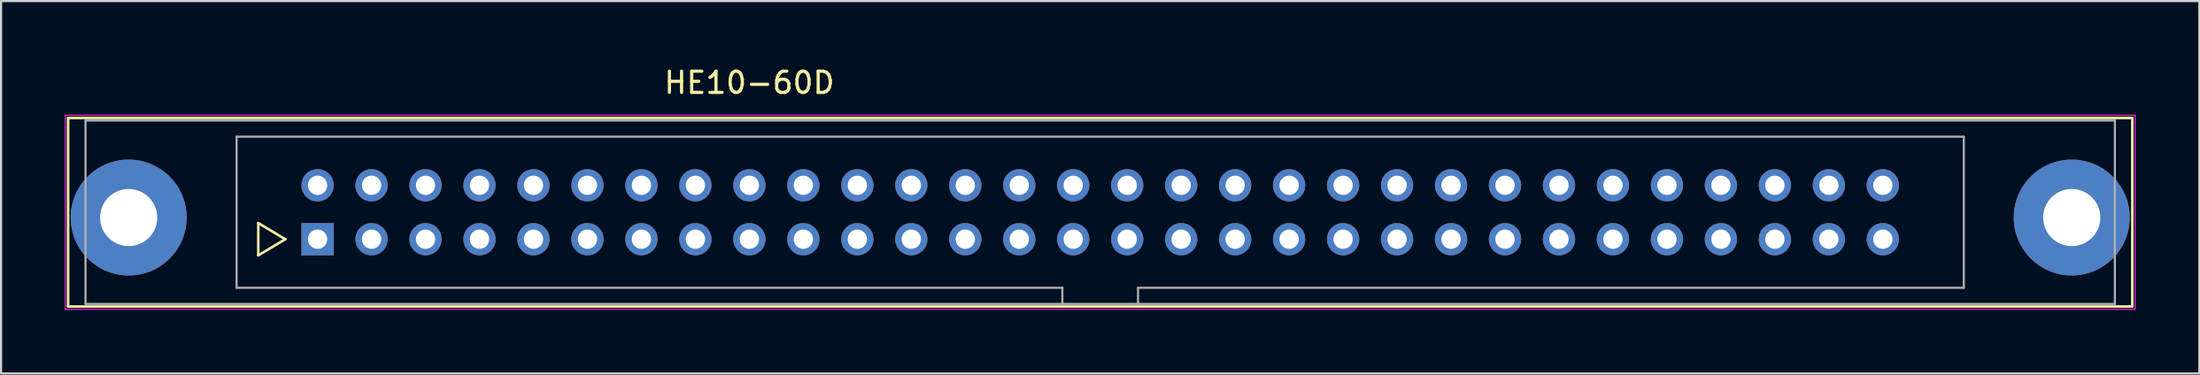
<source format=kicad_pcb>
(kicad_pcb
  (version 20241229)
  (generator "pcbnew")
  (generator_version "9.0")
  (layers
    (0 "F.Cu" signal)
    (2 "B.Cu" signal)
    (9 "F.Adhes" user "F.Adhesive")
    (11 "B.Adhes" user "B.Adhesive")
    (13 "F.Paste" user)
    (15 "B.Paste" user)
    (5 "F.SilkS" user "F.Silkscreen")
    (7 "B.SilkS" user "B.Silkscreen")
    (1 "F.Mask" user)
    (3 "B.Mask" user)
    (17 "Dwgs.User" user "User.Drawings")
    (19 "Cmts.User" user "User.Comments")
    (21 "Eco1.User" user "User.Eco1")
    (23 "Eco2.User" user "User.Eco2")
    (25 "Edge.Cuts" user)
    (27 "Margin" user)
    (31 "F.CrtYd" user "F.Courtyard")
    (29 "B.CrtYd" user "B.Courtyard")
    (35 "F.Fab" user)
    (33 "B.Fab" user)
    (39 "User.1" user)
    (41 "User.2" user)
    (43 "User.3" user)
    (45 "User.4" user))
  (footprint "HE10-60D"
    (layer "F.Cu")
    (at 11.895 8.218)
    (property "Reference" "HE10-60D" (at 20.32 -7.37 0) (layer "F.SilkS") (effects (font (size 1 1) (thickness 0.15))))
    (attr through_hole)
    (fp_line (start -11.74 -5.71) (end -11.74 3.17) (stroke (width 0.12) (type solid)) (layer "F.SilkS"))
    (fp_line (start -11.74 -5.71) (end 85.4 -5.71) (stroke (width 0.12) (type solid)) (layer "F.SilkS"))
    (fp_line (start -2.79 -0.76) (end -2.79 0.76) (stroke (width 0.12) (type solid)) (layer "F.SilkS"))
    (fp_line (start -2.79 0.76) (end -1.52 0) (stroke (width 0.12) (type solid)) (layer "F.SilkS"))
    (fp_line (start -1.52 0) (end -2.79 -0.76) (stroke (width 0.12) (type solid)) (layer "F.SilkS"))
    (fp_line (start 85.4 3.17) (end -11.74 3.17) (stroke (width 0.12) (type solid)) (layer "F.SilkS"))
    (fp_line (start 85.4 3.17) (end 85.4 -5.71) (stroke (width 0.12) (type solid)) (layer "F.SilkS"))
    (fp_line (start -11.87 -5.84) (end -11.87 3.3) (stroke (width 0.05) (type solid)) (layer "F.CrtYd"))
    (fp_line (start -11.87 -5.84) (end 85.53 -5.84) (stroke (width 0.05) (type solid)) (layer "F.CrtYd"))
    (fp_line (start 85.53 3.3) (end -11.87 3.3) (stroke (width 0.05) (type solid)) (layer "F.CrtYd"))
    (fp_line (start 85.53 3.3) (end 85.53 -5.84) (stroke (width 0.05) (type solid)) (layer "F.CrtYd"))
    (fp_line (start -10.92 -5.59) (end -10.92 3.05) (stroke (width 0.1) (type solid)) (layer "F.Fab"))
    (fp_line (start -10.92 3.05) (end 84.58 3.05) (stroke (width 0.1) (type solid)) (layer "F.Fab"))
    (fp_line (start -3.81 -4.83) (end 77.47 -4.83) (stroke (width 0.1) (type solid)) (layer "F.Fab"))
    (fp_line (start -3.81 2.29) (end -3.81 -4.83) (stroke (width 0.1) (type solid)) (layer "F.Fab"))
    (fp_line (start 35.05 2.29) (end -3.81 2.29) (stroke (width 0.1) (type solid)) (layer "F.Fab"))
    (fp_line (start 35.05 3.05) (end 35.05 2.29) (stroke (width 0.1) (type solid)) (layer "F.Fab"))
    (fp_line (start 38.61 2.29) (end 38.61 3.05) (stroke (width 0.1) (type solid)) (layer "F.Fab"))
    (fp_line (start 77.47 -4.83) (end 77.47 2.29) (stroke (width 0.1) (type solid)) (layer "F.Fab"))
    (fp_line (start 77.47 2.29) (end 38.61 2.29) (stroke (width 0.1) (type solid)) (layer "F.Fab"))
    (fp_line (start 84.58 -5.59) (end -10.92 -5.59) (stroke (width 0.1) (type solid)) (layer "F.Fab"))
    (fp_line (start 84.58 3.05) (end 84.58 -5.59) (stroke (width 0.1) (type solid)) (layer "F.Fab"))
    (pad "" thru_hole circle (at -8.89 -1.02) (size 5.46 5.46) (drill 2.69) (layers "*.Cu" "*.Mask"))
    (pad "" thru_hole circle (at 82.55 -1.02) (size 5.46 5.46) (drill 2.69) (layers "*.Cu" "*.Mask"))
    (pad "1" thru_hole rect (at 0 0) (size 1.52 1.52) (drill 0.91) (layers "*.Cu" "*.Mask"))
    (pad "2" thru_hole circle (at 0 -2.54) (size 1.52 1.52) (drill 0.91) (layers "*.Cu" "*.Mask"))
    (pad "3" thru_hole circle (at 2.54 0) (size 1.52 1.52) (drill 0.91) (layers "*.Cu" "*.Mask"))
    (pad "4" thru_hole circle (at 2.54 -2.54) (size 1.52 1.52) (drill 0.91) (layers "*.Cu" "*.Mask"))
    (pad "5" thru_hole circle (at 5.08 0) (size 1.52 1.52) (drill 0.91) (layers "*.Cu" "*.Mask"))
    (pad "6" thru_hole circle (at 5.08 -2.54) (size 1.52 1.52) (drill 0.91) (layers "*.Cu" "*.Mask"))
    (pad "7" thru_hole circle (at 7.62 0) (size 1.52 1.52) (drill 0.91) (layers "*.Cu" "*.Mask"))
    (pad "8" thru_hole circle (at 7.62 -2.54) (size 1.52 1.52) (drill 0.91) (layers "*.Cu" "*.Mask"))
    (pad "9" thru_hole circle (at 10.16 0) (size 1.52 1.52) (drill 0.91) (layers "*.Cu" "*.Mask"))
    (pad "10" thru_hole circle (at 10.16 -2.54) (size 1.52 1.52) (drill 0.91) (layers "*.Cu" "*.Mask"))
    (pad "11" thru_hole circle (at 12.7 0) (size 1.52 1.52) (drill 0.91) (layers "*.Cu" "*.Mask"))
    (pad "12" thru_hole circle (at 12.7 -2.54) (size 1.52 1.52) (drill 0.91) (layers "*.Cu" "*.Mask"))
    (pad "13" thru_hole circle (at 15.24 0) (size 1.52 1.52) (drill 0.91) (layers "*.Cu" "*.Mask"))
    (pad "14" thru_hole circle (at 15.24 -2.54) (size 1.52 1.52) (drill 0.91) (layers "*.Cu" "*.Mask"))
    (pad "15" thru_hole circle (at 17.78 0) (size 1.52 1.52) (drill 0.91) (layers "*.Cu" "*.Mask"))
    (pad "16" thru_hole circle (at 17.78 -2.54) (size 1.52 1.52) (drill 0.91) (layers "*.Cu" "*.Mask"))
    (pad "17" thru_hole circle (at 20.32 0) (size 1.52 1.52) (drill 0.91) (layers "*.Cu" "*.Mask"))
    (pad "18" thru_hole circle (at 20.32 -2.54) (size 1.52 1.52) (drill 0.91) (layers "*.Cu" "*.Mask"))
    (pad "19" thru_hole circle (at 22.86 0) (size 1.52 1.52) (drill 0.91) (layers "*.Cu" "*.Mask"))
    (pad "20" thru_hole circle (at 22.86 -2.54) (size 1.52 1.52) (drill 0.91) (layers "*.Cu" "*.Mask"))
    (pad "21" thru_hole circle (at 25.4 0) (size 1.52 1.52) (drill 0.91) (layers "*.Cu" "*.Mask"))
    (pad "22" thru_hole circle (at 25.4 -2.54) (size 1.52 1.52) (drill 0.91) (layers "*.Cu" "*.Mask"))
    (pad "23" thru_hole circle (at 27.94 0) (size 1.52 1.52) (drill 0.91) (layers "*.Cu" "*.Mask"))
    (pad "24" thru_hole circle (at 27.94 -2.54) (size 1.52 1.52) (drill 0.91) (layers "*.Cu" "*.Mask"))
    (pad "25" thru_hole circle (at 30.48 0) (size 1.52 1.52) (drill 0.91) (layers "*.Cu" "*.Mask"))
    (pad "26" thru_hole circle (at 30.48 -2.54) (size 1.52 1.52) (drill 0.91) (layers "*.Cu" "*.Mask"))
    (pad "27" thru_hole circle (at 33.02 0) (size 1.52 1.52) (drill 0.91) (layers "*.Cu" "*.Mask"))
    (pad "28" thru_hole circle (at 33.02 -2.54) (size 1.52 1.52) (drill 0.91) (layers "*.Cu" "*.Mask"))
    (pad "29" thru_hole circle (at 35.56 0) (size 1.52 1.52) (drill 0.91) (layers "*.Cu" "*.Mask"))
    (pad "30" thru_hole circle (at 35.56 -2.54) (size 1.52 1.52) (drill 0.91) (layers "*.Cu" "*.Mask"))
    (pad "31" thru_hole circle (at 38.1 0) (size 1.52 1.52) (drill 0.91) (layers "*.Cu" "*.Mask"))
    (pad "32" thru_hole circle (at 38.1 -2.54) (size 1.52 1.52) (drill 0.91) (layers "*.Cu" "*.Mask"))
    (pad "33" thru_hole circle (at 40.64 0) (size 1.52 1.52) (drill 0.91) (layers "*.Cu" "*.Mask"))
    (pad "34" thru_hole circle (at 40.64 -2.54) (size 1.52 1.52) (drill 0.91) (layers "*.Cu" "*.Mask"))
    (pad "35" thru_hole circle (at 43.18 0) (size 1.52 1.52) (drill 0.91) (layers "*.Cu" "*.Mask"))
    (pad "36" thru_hole circle (at 43.18 -2.54) (size 1.52 1.52) (drill 0.91) (layers "*.Cu" "*.Mask"))
    (pad "37" thru_hole circle (at 45.72 0) (size 1.52 1.52) (drill 0.91) (layers "*.Cu" "*.Mask"))
    (pad "38" thru_hole circle (at 45.72 -2.54) (size 1.52 1.52) (drill 0.91) (layers "*.Cu" "*.Mask"))
    (pad "39" thru_hole circle (at 48.26 0) (size 1.52 1.52) (drill 0.91) (layers "*.Cu" "*.Mask"))
    (pad "40" thru_hole circle (at 48.26 -2.54) (size 1.52 1.52) (drill 0.91) (layers "*.Cu" "*.Mask"))
    (pad "41" thru_hole circle (at 50.8 0) (size 1.52 1.52) (drill 0.91) (layers "*.Cu" "*.Mask"))
    (pad "42" thru_hole circle (at 50.8 -2.54) (size 1.52 1.52) (drill 0.91) (layers "*.Cu" "*.Mask"))
    (pad "43" thru_hole circle (at 53.34 0) (size 1.52 1.52) (drill 0.91) (layers "*.Cu" "*.Mask"))
    (pad "44" thru_hole circle (at 53.34 -2.54) (size 1.52 1.52) (drill 0.91) (layers "*.Cu" "*.Mask"))
    (pad "45" thru_hole circle (at 55.88 0) (size 1.52 1.52) (drill 0.91) (layers "*.Cu" "*.Mask"))
    (pad "46" thru_hole circle (at 55.88 -2.54) (size 1.52 1.52) (drill 0.91) (layers "*.Cu" "*.Mask"))
    (pad "47" thru_hole circle (at 58.42 0) (size 1.52 1.52) (drill 0.91) (layers "*.Cu" "*.Mask"))
    (pad "48" thru_hole circle (at 58.42 -2.54) (size 1.52 1.52) (drill 0.91) (layers "*.Cu" "*.Mask"))
    (pad "49" thru_hole circle (at 60.96 0) (size 1.52 1.52) (drill 0.91) (layers "*.Cu" "*.Mask"))
    (pad "50" thru_hole circle (at 60.96 -2.54) (size 1.52 1.52) (drill 0.91) (layers "*.Cu" "*.Mask"))
    (pad "51" thru_hole circle (at 63.5 0) (size 1.52 1.52) (drill 0.91) (layers "*.Cu" "*.Mask"))
    (pad "52" thru_hole circle (at 63.5 -2.54) (size 1.52 1.52) (drill 0.91) (layers "*.Cu" "*.Mask"))
    (pad "53" thru_hole circle (at 66.04 0) (size 1.52 1.52) (drill 0.91) (layers "*.Cu" "*.Mask"))
    (pad "54" thru_hole circle (at 66.04 -2.54) (size 1.52 1.52) (drill 0.91) (layers "*.Cu" "*.Mask"))
    (pad "55" thru_hole circle (at 68.58 0) (size 1.52 1.52) (drill 0.91) (layers "*.Cu" "*.Mask"))
    (pad "56" thru_hole circle (at 68.58 -2.54) (size 1.52 1.52) (drill 0.91) (layers "*.Cu" "*.Mask"))
    (pad "57" thru_hole circle (at 71.12 0) (size 1.52 1.52) (drill 0.91) (layers "*.Cu" "*.Mask"))
    (pad "58" thru_hole circle (at 71.12 -2.54) (size 1.52 1.52) (drill 0.91) (layers "*.Cu" "*.Mask"))
    (pad "59" thru_hole circle (at 73.66 0) (size 1.52 1.52) (drill 0.91) (layers "*.Cu" "*.Mask"))
    (pad "60" thru_hole circle (at 73.66 -2.54) (size 1.52 1.52) (drill 0.91) (layers "*.Cu" "*.Mask")))
  (gr_rect
    (start -3 -3)
    (end 100.45 14.543)
    (stroke (width 0.1) (type default))
    (fill no)
    (layer "Edge.Cuts")))
</source>
